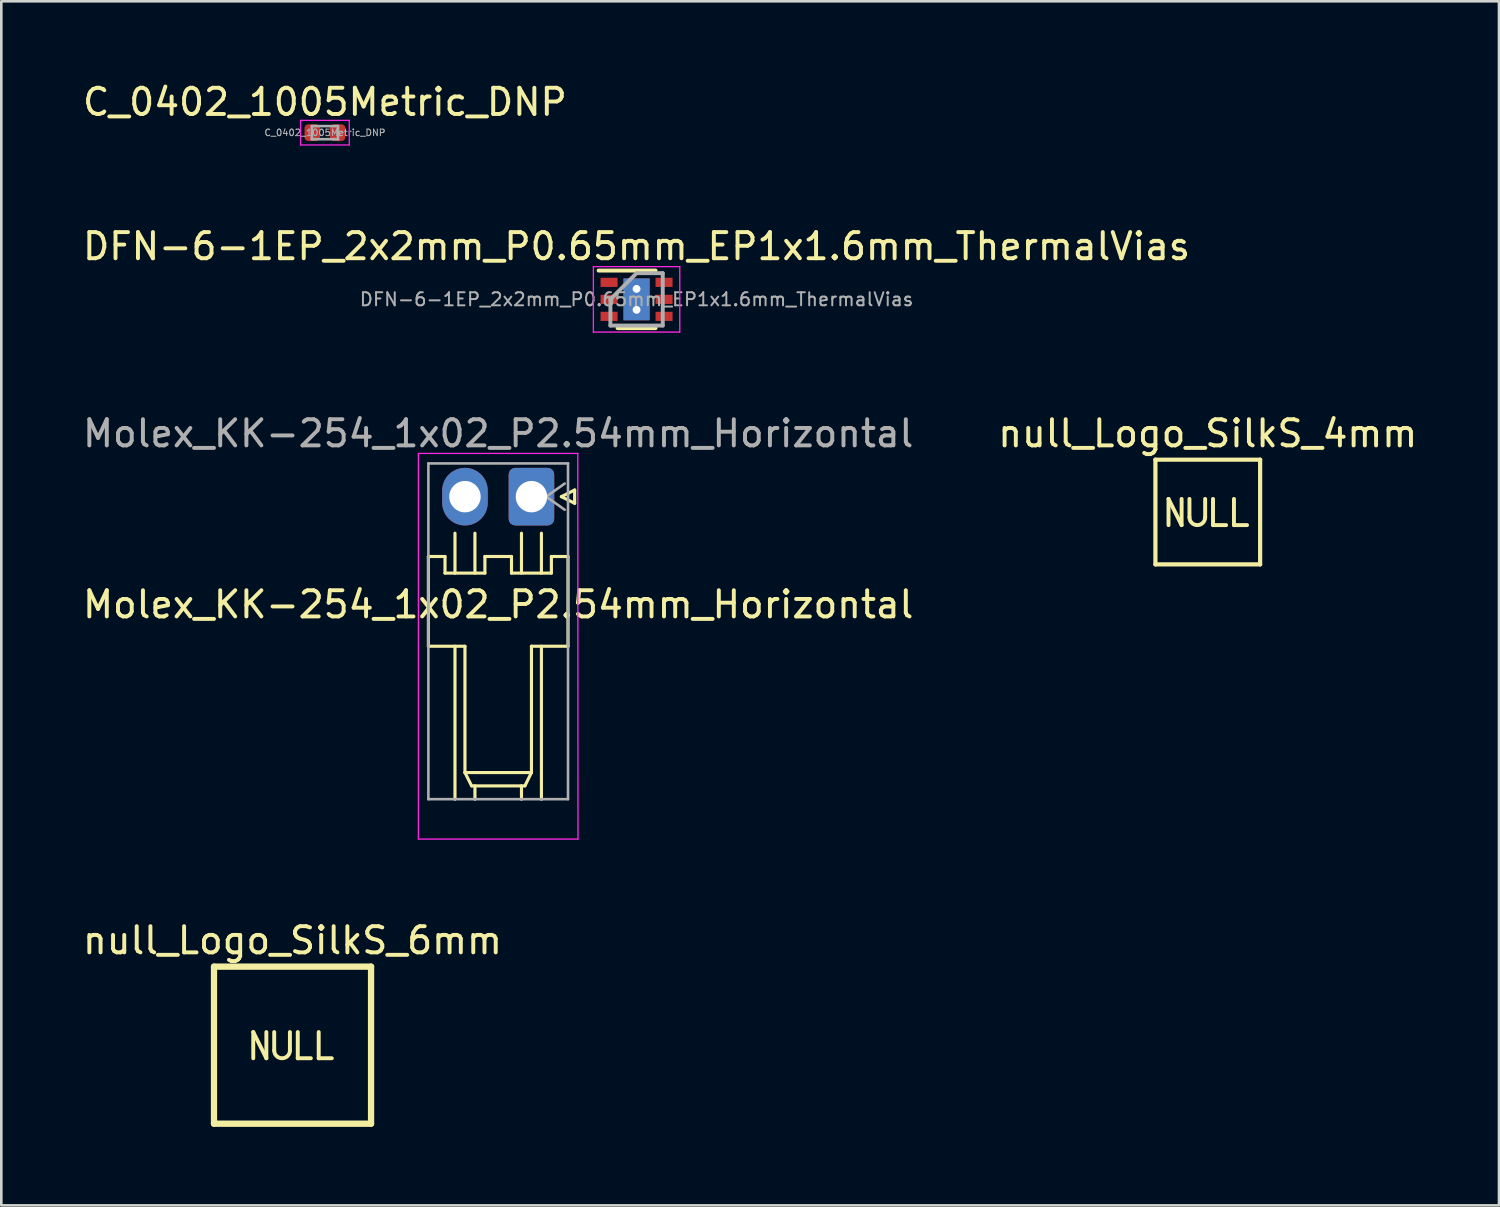
<source format=kicad_pcb>
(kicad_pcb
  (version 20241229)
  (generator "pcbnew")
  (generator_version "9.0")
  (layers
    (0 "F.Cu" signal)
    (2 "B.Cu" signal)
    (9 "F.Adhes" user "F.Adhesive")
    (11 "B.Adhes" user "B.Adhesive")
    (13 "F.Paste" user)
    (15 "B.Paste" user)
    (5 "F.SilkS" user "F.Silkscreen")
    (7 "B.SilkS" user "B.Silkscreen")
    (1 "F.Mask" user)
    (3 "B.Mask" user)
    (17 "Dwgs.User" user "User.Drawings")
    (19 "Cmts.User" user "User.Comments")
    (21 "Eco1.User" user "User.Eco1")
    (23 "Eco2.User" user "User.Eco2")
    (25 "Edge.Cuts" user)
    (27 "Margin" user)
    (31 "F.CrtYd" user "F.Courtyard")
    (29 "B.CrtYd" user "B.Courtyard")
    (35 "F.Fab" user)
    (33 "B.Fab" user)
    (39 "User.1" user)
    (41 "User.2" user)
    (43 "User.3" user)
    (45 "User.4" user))
  (footprint "null_Logo_SilkS_6mm"
    (layer "F.Cu")
    (at 8.125 36.877)
    (property "Reference" "null_Logo_SilkS_6mm" (at 0 -4 0) (layer "F.SilkS") (effects (font (size 1 1) (thickness 0.15))))
    (attr exclude_from_pos_files exclude_from_bom)
    (fp_line (start -3 -3) (end -3 3) (stroke (width 0.24) (type solid)) (layer "F.SilkS"))
    (fp_line (start -3 3) (end 3 3) (stroke (width 0.24) (type solid)) (layer "F.SilkS"))
    (fp_line (start -1.5 -0.5) (end -1 0.5) (stroke (width 0.15) (type solid)) (layer "F.SilkS"))
    (fp_line (start -1.5 0.5) (end -1.5 -0.5) (stroke (width 0.15) (type solid)) (layer "F.SilkS"))
    (fp_line (start -1 0.5) (end -1 -0.5) (stroke (width 0.15) (type solid)) (layer "F.SilkS"))
    (fp_line (start -0.7 -0.5) (end -0.7 0.2) (stroke (width 0.15) (type solid)) (layer "F.SilkS"))
    (fp_line (start -0.1 0.2) (end -0.1 -0.5) (stroke (width 0.15) (type solid)) (layer "F.SilkS"))
    (fp_line (start 0.2 -0.5) (end 0.2 0.5) (stroke (width 0.15) (type solid)) (layer "F.SilkS"))
    (fp_line (start 0.2 0.5) (end 0.7 0.5) (stroke (width 0.15) (type solid)) (layer "F.SilkS"))
    (fp_line (start 1 -0.5) (end 1 0.5) (stroke (width 0.15) (type solid)) (layer "F.SilkS"))
    (fp_line (start 1 0.5) (end 1.5 0.5) (stroke (width 0.15) (type solid)) (layer "F.SilkS"))
    (fp_line (start 3 -3) (end -3 -3) (stroke (width 0.24) (type solid)) (layer "F.SilkS"))
    (fp_line (start 3 -3) (end 3 3) (stroke (width 0.24) (type solid)) (layer "F.SilkS"))
    (fp_arc (start -0.1 0.2) (mid -0.4 0.5) (end -0.7 0.2) (stroke (width 0.15) (type solid)) (layer "F.SilkS")))
  (footprint "null_Logo_SilkS_4mm"
    (layer "F.Cu")
    (at 43.089 16.51)
    (property "Reference" "null_Logo_SilkS_4mm" (at 0 -3 0) (layer "F.SilkS") (effects (font (size 1 1) (thickness 0.15))))
    (attr exclude_from_pos_files exclude_from_bom)
    (fp_line (start -2 -2) (end -2 2) (stroke (width 0.16) (type solid)) (layer "F.SilkS"))
    (fp_line (start -2 2) (end 2 2) (stroke (width 0.16) (type solid)) (layer "F.SilkS"))
    (fp_line (start -1.5 -0.5) (end -1 0.5) (stroke (width 0.15) (type solid)) (layer "F.SilkS"))
    (fp_line (start -1.5 0.5) (end -1.5 -0.5) (stroke (width 0.15) (type solid)) (layer "F.SilkS"))
    (fp_line (start -1 0.5) (end -1 -0.5) (stroke (width 0.15) (type solid)) (layer "F.SilkS"))
    (fp_line (start -0.7 -0.5) (end -0.7 0.2) (stroke (width 0.15) (type solid)) (layer "F.SilkS"))
    (fp_line (start -0.1 0.2) (end -0.1 -0.5) (stroke (width 0.15) (type solid)) (layer "F.SilkS"))
    (fp_line (start 0.2 -0.5) (end 0.2 0.5) (stroke (width 0.15) (type solid)) (layer "F.SilkS"))
    (fp_line (start 0.2 0.5) (end 0.7 0.5) (stroke (width 0.15) (type solid)) (layer "F.SilkS"))
    (fp_line (start 1 -0.5) (end 1 0.5) (stroke (width 0.15) (type solid)) (layer "F.SilkS"))
    (fp_line (start 1 0.5) (end 1.5 0.5) (stroke (width 0.15) (type solid)) (layer "F.SilkS"))
    (fp_line (start 2 -2) (end -2 -2) (stroke (width 0.16) (type solid)) (layer "F.SilkS"))
    (fp_line (start 2 -2) (end 2 2) (stroke (width 0.16) (type solid)) (layer "F.SilkS"))
    (fp_arc (start -0.1 0.2) (mid -0.4 0.5) (end -0.7 0.2) (stroke (width 0.15) (type solid)) (layer "F.SilkS")))
  (footprint "C_0402_1005Metric_DNP"
    (layer "F.Cu")
    (at 9.363 2.018)
    (property "Reference" "C_0402_1005Metric_DNP" (at 0 -1.17 0) (layer "F.SilkS") (effects (font (size 1 1) (thickness 0.15))))
    (attr exclude_from_pos_files exclude_from_bom)
    (fp_line (start -0.93 -0.47) (end 0.93 -0.47) (stroke (width 0.05) (type solid)) (layer "F.CrtYd"))
    (fp_line (start -0.93 0.47) (end -0.93 -0.47) (stroke (width 0.05) (type solid)) (layer "F.CrtYd"))
    (fp_line (start 0.93 -0.47) (end 0.93 0.47) (stroke (width 0.05) (type solid)) (layer "F.CrtYd"))
    (fp_line (start 0.93 0.47) (end -0.93 0.47) (stroke (width 0.05) (type solid)) (layer "F.CrtYd"))
    (fp_line (start -0.5 -0.25) (end 0.5 -0.25) (stroke (width 0.1) (type solid)) (layer "F.Fab"))
    (fp_line (start -0.5 0.25) (end -0.5 -0.25) (stroke (width 0.1) (type solid)) (layer "F.Fab"))
    (fp_line (start 0.5 -0.25) (end 0.5 0.25) (stroke (width 0.1) (type solid)) (layer "F.Fab"))
    (fp_line (start 0.5 0.25) (end -0.5 0.25) (stroke (width 0.1) (type solid)) (layer "F.Fab"))
    (fp_text user "${REFERENCE}" (at 0 0 0) (layer "F.Fab") (effects (font (size 0.25 0.25) (thickness 0.04))))
    (pad "1" smd roundrect (at -0.485 0) (size 0.59 0.64) (layers "F.Cu" "F.Mask") (roundrect_rratio 0.25))
    (pad "2" smd roundrect (at 0.485 0) (size 0.59 0.64) (layers "F.Cu" "F.Mask") (roundrect_rratio 0.25)))
  (footprint "DFN-6-1EP_2x2mm_P0.65mm_EP1x1.6mm_ThermalVias"
    (layer "F.Cu")
    (at 21.268 8.386)
    (property "Reference" "DFN-6-1EP_2x2mm_P0.65mm_EP1x1.6mm_ThermalVias" (at 0 -2.025 0) (layer "F.SilkS") (effects (font (size 1 1) (thickness 0.15))))
    (attr smd)
    (fp_line (start -1.45 -1.1) (end 0.725 -1.1) (stroke (width 0.15) (type solid)) (layer "F.SilkS"))
    (fp_line (start -0.725 1.1) (end 0.725 1.1) (stroke (width 0.15) (type solid)) (layer "F.SilkS"))
    (fp_line (start -1.65 -1.25) (end -1.65 1.25) (stroke (width 0.05) (type solid)) (layer "F.CrtYd"))
    (fp_line (start -1.65 -1.25) (end 1.65 -1.25) (stroke (width 0.05) (type solid)) (layer "F.CrtYd"))
    (fp_line (start -1.65 1.25) (end 1.65 1.25) (stroke (width 0.05) (type solid)) (layer "F.CrtYd"))
    (fp_line (start 1.65 -1.25) (end 1.65 1.25) (stroke (width 0.05) (type solid)) (layer "F.CrtYd"))
    (fp_line (start -1 0) (end 0 -1) (stroke (width 0.15) (type solid)) (layer "F.Fab"))
    (fp_line (start -1 1) (end -1 0) (stroke (width 0.15) (type solid)) (layer "F.Fab"))
    (fp_line (start 0 -1) (end 1 -1) (stroke (width 0.15) (type solid)) (layer "F.Fab"))
    (fp_line (start 1 -1) (end 1 1) (stroke (width 0.15) (type solid)) (layer "F.Fab"))
    (fp_line (start 1 1) (end -1 1) (stroke (width 0.15) (type solid)) (layer "F.Fab"))
    (fp_text user "${REFERENCE}" (at 0 0 0) (layer "F.Fab") (effects (font (size 0.5 0.5) (thickness 0.075))))
    (pad "" smd rect (at 0 -0.4) (size 0.82 0.63) (layers "F.Paste"))
    (pad "" smd rect (at 0 0.4) (size 0.82 0.63) (layers "F.Paste"))
    (pad "1" smd rect (at -1.05 -0.65) (size 0.65 0.35) (layers "F.Cu" "F.Mask" "F.Paste"))
    (pad "2" smd rect (at -1.05 0) (size 0.65 0.35) (layers "F.Cu" "F.Mask" "F.Paste"))
    (pad "3" smd rect (at -1.05 0.65) (size 0.65 0.35) (layers "F.Cu" "F.Mask" "F.Paste"))
    (pad "4" smd rect (at 1.05 0.65) (size 0.65 0.35) (layers "F.Cu" "F.Mask" "F.Paste"))
    (pad "5" smd rect (at 1.05 0) (size 0.65 0.35) (layers "F.Cu" "F.Mask" "F.Paste"))
    (pad "6" smd rect (at 1.05 -0.65) (size 0.65 0.35) (layers "F.Cu" "F.Mask" "F.Paste"))
    (pad "7" thru_hole circle (at 0 -0.4) (size 0.65 0.65) (drill 0.3) (layers "*.Cu"))
    (pad "7" smd rect (at 0 0) (size 1 1.6) (layers "F.Cu" "F.Mask"))
    (pad "7" smd rect (at 0 0) (size 1 1.6) (layers "B.Cu"))
    (pad "7" thru_hole circle (at 0 0.4) (size 0.65 0.65) (drill 0.3) (layers "*.Cu")))
  (footprint "Molex_KK-254_1x02_P2.54mm_Horizontal"
    (layer "F.Cu")
    (at 17.252 15.923)
    (property "Reference" "Molex_KK-254_1x02_P2.54mm_Horizontal" (at -1.27 4.12 180) (layer "F.SilkS") (effects (font (size 1 1) (thickness 0.15))))
    (attr through_hole)
    (fp_line (start -3.937 2.286) (end -3.302 2.286) (stroke (width 0.12) (type solid)) (layer "F.SilkS"))
    (fp_line (start -3.937 5.715) (end -3.937 2.286) (stroke (width 0.12) (type solid)) (layer "F.SilkS"))
    (fp_line (start -3.302 2.286) (end -3.302 2.921) (stroke (width 0.12) (type solid)) (layer "F.SilkS"))
    (fp_line (start -2.921 1.397) (end -2.921 2.921) (stroke (width 0.12) (type solid)) (layer "F.SilkS"))
    (fp_line (start -2.921 5.715) (end -2.921 11.557) (stroke (width 0.12) (type solid)) (layer "F.SilkS"))
    (fp_line (start -2.54 5.715) (end -3.937 5.715) (stroke (width 0.12) (type solid)) (layer "F.SilkS"))
    (fp_line (start -2.54 5.715) (end -2.54 10.541) (stroke (width 0.12) (type solid)) (layer "F.SilkS"))
    (fp_line (start -2.286 11.049) (end -2.54 10.541) (stroke (width 0.12) (type solid)) (layer "F.SilkS"))
    (fp_line (start -2.159 1.397) (end -2.159 2.921) (stroke (width 0.12) (type solid)) (layer "F.SilkS"))
    (fp_line (start -2.159 11.049) (end -2.159 11.557) (stroke (width 0.12) (type solid)) (layer "F.SilkS"))
    (fp_line (start -1.778 2.286) (end -0.762 2.286) (stroke (width 0.12) (type solid)) (layer "F.SilkS"))
    (fp_line (start -1.778 2.921) (end -3.302 2.921) (stroke (width 0.12) (type solid)) (layer "F.SilkS"))
    (fp_line (start -1.778 2.921) (end -1.778 2.286) (stroke (width 0.12) (type solid)) (layer "F.SilkS"))
    (fp_line (start -0.762 2.286) (end -0.762 2.921) (stroke (width 0.12) (type solid)) (layer "F.SilkS"))
    (fp_line (start -0.381 1.397) (end -0.381 2.921) (stroke (width 0.12) (type solid)) (layer "F.SilkS"))
    (fp_line (start -0.381 11.049) (end -0.381 11.557) (stroke (width 0.12) (type solid)) (layer "F.SilkS"))
    (fp_line (start -0.25 11.049) (end -2.286 11.049) (stroke (width 0.12) (type solid)) (layer "F.SilkS"))
    (fp_line (start 0 5.715) (end 0 10.541) (stroke (width 0.12) (type solid)) (layer "F.SilkS"))
    (fp_line (start 0 5.715) (end 1.397 5.715) (stroke (width 0.12) (type solid)) (layer "F.SilkS"))
    (fp_line (start 0 10.541) (end -2.54 10.541) (stroke (width 0.12) (type solid)) (layer "F.SilkS"))
    (fp_line (start 0 10.541) (end -0.25 11.049) (stroke (width 0.12) (type solid)) (layer "F.SilkS"))
    (fp_line (start 0.381 1.397) (end 0.381 2.921) (stroke (width 0.12) (type solid)) (layer "F.SilkS"))
    (fp_line (start 0.381 5.715) (end 0.381 11.557) (stroke (width 0.12) (type solid)) (layer "F.SilkS"))
    (fp_line (start 0.762 2.286) (end 1.397 2.286) (stroke (width 0.12) (type solid)) (layer "F.SilkS"))
    (fp_line (start 0.762 2.921) (end -0.762 2.921) (stroke (width 0.12) (type solid)) (layer "F.SilkS"))
    (fp_line (start 0.762 2.921) (end 0.762 2.286) (stroke (width 0.12) (type solid)) (layer "F.SilkS"))
    (fp_line (start 1.143 0) (end 1.651 -0.254) (stroke (width 0.12) (type solid)) (layer "F.SilkS"))
    (fp_line (start 1.397 2.286) (end 1.397 5.715) (stroke (width 0.12) (type solid)) (layer "F.SilkS"))
    (fp_line (start 1.651 -0.254) (end 1.651 0.254) (stroke (width 0.12) (type solid)) (layer "F.SilkS"))
    (fp_line (start 1.651 0.254) (end 1.143 0) (stroke (width 0.12) (type solid)) (layer "F.SilkS"))
    (fp_line (start -4.318 -1.651) (end -4.318 13.081) (stroke (width 0.05) (type solid)) (layer "F.CrtYd"))
    (fp_line (start -4.318 13.081) (end 1.77 13.081) (stroke (width 0.05) (type solid)) (layer "F.CrtYd"))
    (fp_line (start 1.77 -1.651) (end -4.318 -1.651) (stroke (width 0.05) (type solid)) (layer "F.CrtYd"))
    (fp_line (start 1.778 13.081) (end 1.77 -1.651) (stroke (width 0.05) (type solid)) (layer "F.CrtYd"))
    (fp_line (start -3.937 -1.27) (end -3.937 11.557) (stroke (width 0.1) (type solid)) (layer "F.Fab"))
    (fp_line (start -3.937 11.557) (end 1.397 11.557) (stroke (width 0.1) (type solid)) (layer "F.Fab"))
    (fp_line (start 0.563 0) (end 1.27 -0.5) (stroke (width 0.1) (type solid)) (layer "F.Fab"))
    (fp_line (start 1.27 0.5) (end 0.563 0) (stroke (width 0.1) (type solid)) (layer "F.Fab"))
    (fp_line (start 1.397 -1.27) (end -3.937 -1.27) (stroke (width 0.1) (type solid)) (layer "F.Fab"))
    (fp_line (start 1.397 11.557) (end 1.397 -1.27) (stroke (width 0.1) (type solid)) (layer "F.Fab"))
    (fp_text user "${REFERENCE}" (at -1.27 -2.413 180) (layer "F.Fab") (effects (font (size 1 1) (thickness 0.15))))
    (pad "1" thru_hole roundrect (at 0 0 180) (size 1.74 2.2) (drill 1.2) (layers "*.Cu" "*.Mask") (roundrect_rratio 0.144))
    (pad "2" thru_hole oval (at -2.54 0 180) (size 1.74 2.2) (drill 1.2) (layers "*.Cu" "*.Mask")))
  (gr_rect
    (start -3 -3)
    (end 54.214 42.997)
    (stroke (width 0.1) (type default))
    (fill no)
    (layer "Edge.Cuts")))
</source>
